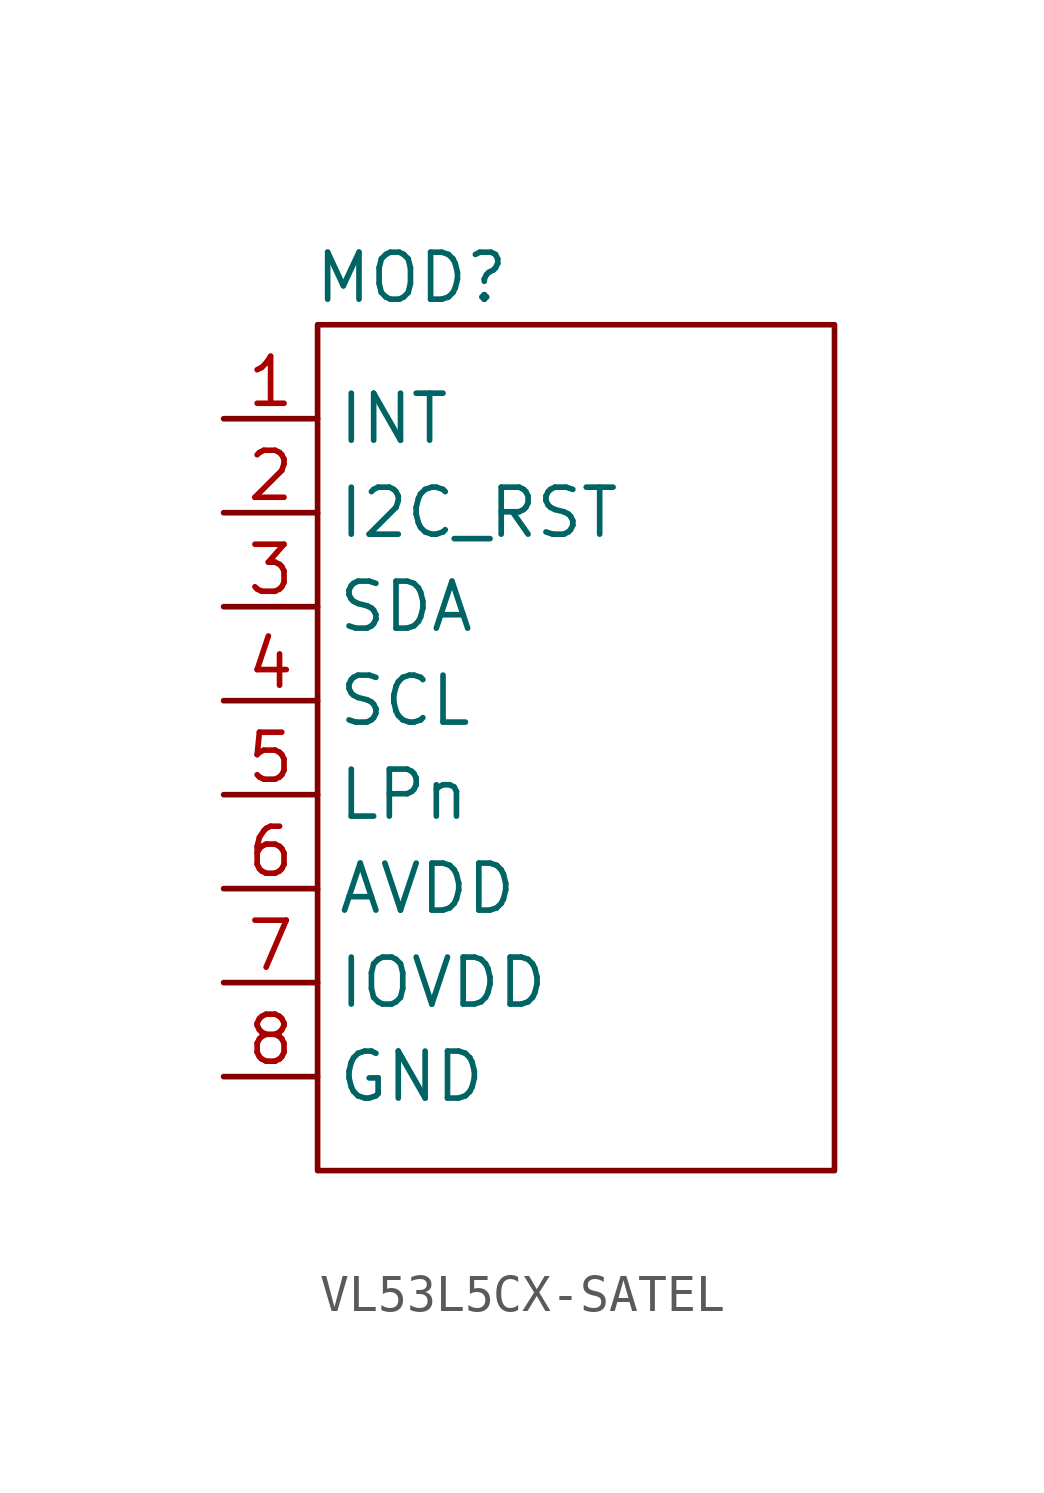
<source format=kicad_sym>
(kicad_symbol_lib
  (version 20220914)
  (generator kicad_symbol_editor)
  (symbol "VL53L5CX-SATEL"
    (property "Reference" "MOD"
      (at -3.81 12.7 0)
      (effects (font (size 1.27 1.27))))
    (property "Value" ""
      (at -6.35 6.35 0)
      (effects (font (size 1.27 1.27))))
    (symbol "VL53L5CX-SATEL_0_1"
      (rectangle (start -6.35 11.43) (end 7.62 -11.43) (stroke (width 0) (type default)) (fill (type none))))
    (symbol "VL53L5CX-SATEL_1_1"
      (pin output line (at -8.89 8.89 0) (length 2.54) (name "INT" (effects (font (size 1.27 1.27)))) (number "1" (effects (font (size 1.27 1.27)))))
      (pin input line (at -8.89 6.35 0) (length 2.54) (name "I2C_RST" (effects (font (size 1.27 1.27)))) (number "2" (effects (font (size 1.27 1.27)))))
      (pin bidirectional line (at -8.89 3.81 0) (length 2.54) (name "SDA" (effects (font (size 1.27 1.27)))) (number "3" (effects (font (size 1.27 1.27)))))
      (pin input line (at -8.89 1.27 0) (length 2.54) (name "SCL" (effects (font (size 1.27 1.27)))) (number "4" (effects (font (size 1.27 1.27)))))
      (pin input line (at -8.89 -1.27 0) (length 2.54) (name "LPn" (effects (font (size 1.27 1.27)))) (number "5" (effects (font (size 1.27 1.27)))))
      (pin power_in line (at -8.89 -3.81 0) (length 2.54) (name "AVDD" (effects (font (size 1.27 1.27)))) (number "6" (effects (font (size 1.27 1.27)))))
      (pin power_in line (at -8.89 -6.35 0) (length 2.54) (name "IOVDD" (effects (font (size 1.27 1.27)))) (number "7" (effects (font (size 1.27 1.27)))))
      (pin power_in line (at -8.89 -8.89 0) (length 2.54) (name "GND" (effects (font (size 1.27 1.27)))) (number "8" (effects (font (size 1.27 1.27))))))))
</source>
